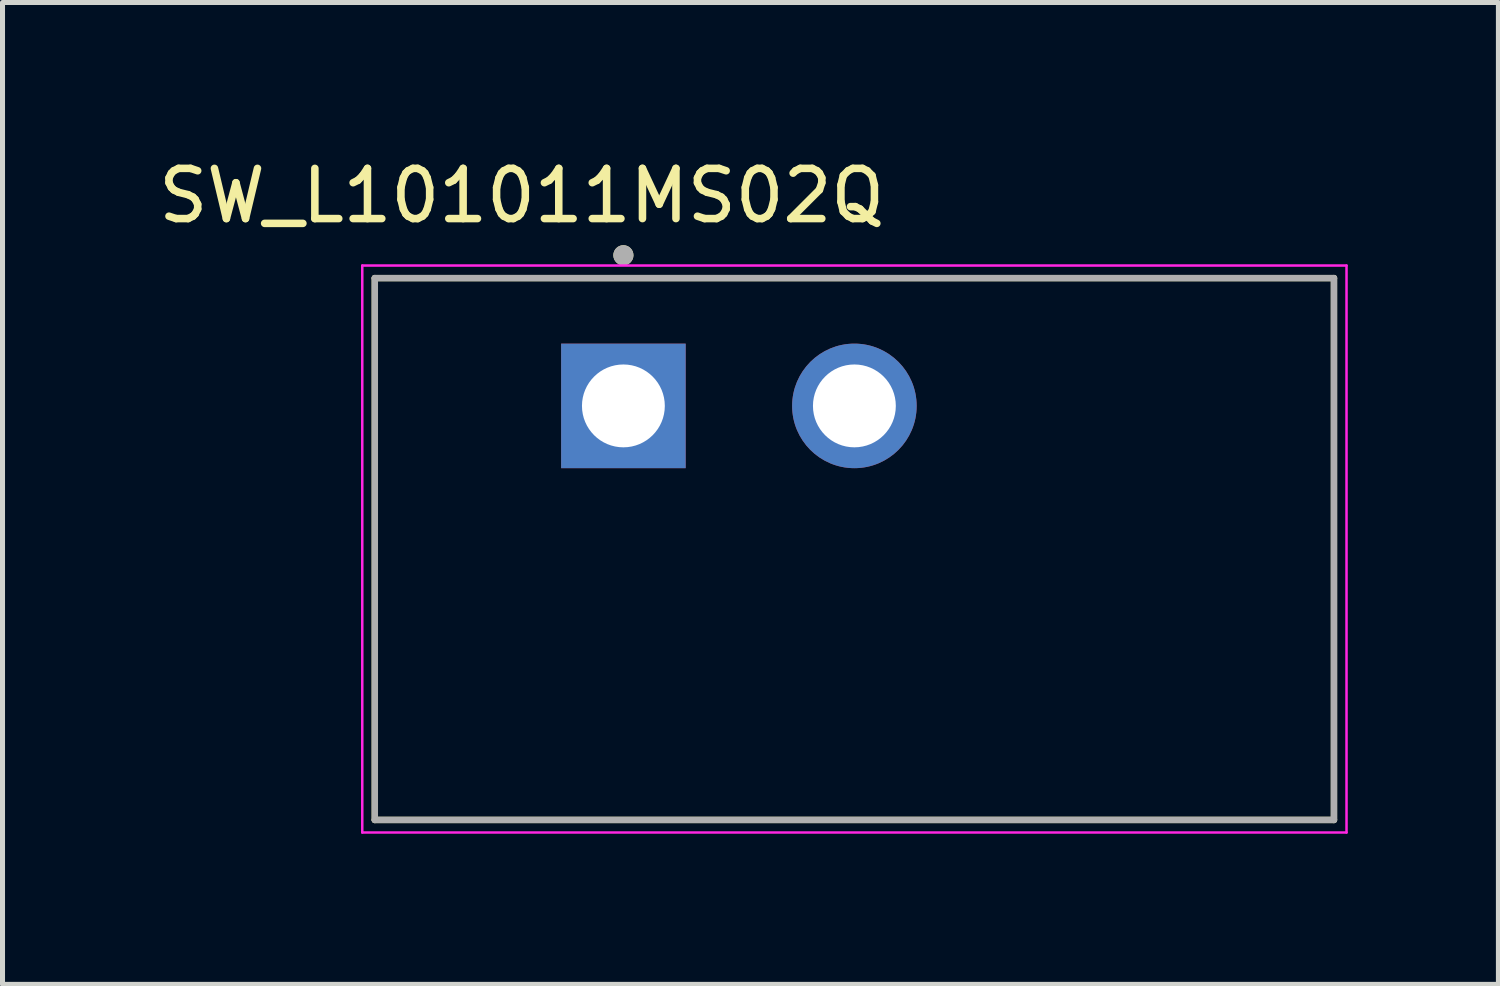
<source format=kicad_pcb>
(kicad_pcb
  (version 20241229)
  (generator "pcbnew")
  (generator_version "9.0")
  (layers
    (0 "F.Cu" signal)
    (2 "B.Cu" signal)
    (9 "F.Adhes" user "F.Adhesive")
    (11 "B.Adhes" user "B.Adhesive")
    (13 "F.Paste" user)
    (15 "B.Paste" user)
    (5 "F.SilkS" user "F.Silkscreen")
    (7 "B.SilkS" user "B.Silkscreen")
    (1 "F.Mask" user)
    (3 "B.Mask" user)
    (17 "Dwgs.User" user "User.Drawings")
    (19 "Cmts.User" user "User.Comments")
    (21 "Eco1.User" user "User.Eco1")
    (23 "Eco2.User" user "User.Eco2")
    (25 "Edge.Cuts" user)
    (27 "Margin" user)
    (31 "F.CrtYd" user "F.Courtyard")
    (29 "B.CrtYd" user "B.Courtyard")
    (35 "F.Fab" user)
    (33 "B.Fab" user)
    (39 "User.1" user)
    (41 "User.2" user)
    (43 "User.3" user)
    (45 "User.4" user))
  (footprint "SW_L101011MS02Q"
    (layer "F.Cu")
    (at 13.964 7.883)
    (property "Reference" "SW_L101011MS02Q" (at -6.625 -7.035 0) (layer "F.SilkS") (effects (font (size 1 1) (thickness 0.15))))
    (attr through_hole)
    (fp_line (start -9.55 -5.395) (end 9.55 -5.395) (stroke (width 0.127) (type solid)) (layer "F.SilkS"))
    (fp_line (start -9.55 5.395) (end -9.55 -5.395) (stroke (width 0.127) (type solid)) (layer "F.SilkS"))
    (fp_line (start 9.55 -5.395) (end 9.55 5.395) (stroke (width 0.127) (type solid)) (layer "F.SilkS"))
    (fp_line (start 9.55 5.395) (end -9.55 5.395) (stroke (width 0.127) (type solid)) (layer "F.SilkS"))
    (fp_circle (center -4.6 -5.85) (end -4.5 -5.85) (stroke (width 0.2) (type solid)) (fill no) (layer "F.SilkS"))
    (fp_line (start -9.8 -5.645) (end 9.8 -5.645) (stroke (width 0.05) (type solid)) (layer "F.CrtYd"))
    (fp_line (start -9.8 5.645) (end -9.8 -5.645) (stroke (width 0.05) (type solid)) (layer "F.CrtYd"))
    (fp_line (start 9.8 -5.645) (end 9.8 5.645) (stroke (width 0.05) (type solid)) (layer "F.CrtYd"))
    (fp_line (start 9.8 5.645) (end -9.8 5.645) (stroke (width 0.05) (type solid)) (layer "F.CrtYd"))
    (fp_line (start -9.55 -5.395) (end 9.55 -5.395) (stroke (width 0.127) (type solid)) (layer "F.Fab"))
    (fp_line (start -9.55 5.395) (end -9.55 -5.395) (stroke (width 0.127) (type solid)) (layer "F.Fab"))
    (fp_line (start 9.55 -5.395) (end 9.55 5.395) (stroke (width 0.127) (type solid)) (layer "F.Fab"))
    (fp_line (start 9.55 5.395) (end -9.55 5.395) (stroke (width 0.127) (type solid)) (layer "F.Fab"))
    (fp_circle (center -4.6 -5.85) (end -4.5 -5.85) (stroke (width 0.2) (type solid)) (fill no) (layer "F.Fab"))
    (pad "1" thru_hole rect (at -4.6 -2.85) (size 2.48 2.48) (drill 1.65) (layers "*.Cu" "*.Mask"))
    (pad "2" thru_hole circle (at 0 -2.85) (size 2.48 2.48) (drill 1.65) (layers "*.Cu" "*.Mask")))
  (gr_rect
    (start -3 -3)
    (end 26.789 16.553)
    (stroke (width 0.1) (type default))
    (fill no)
    (layer "Edge.Cuts")))
</source>
